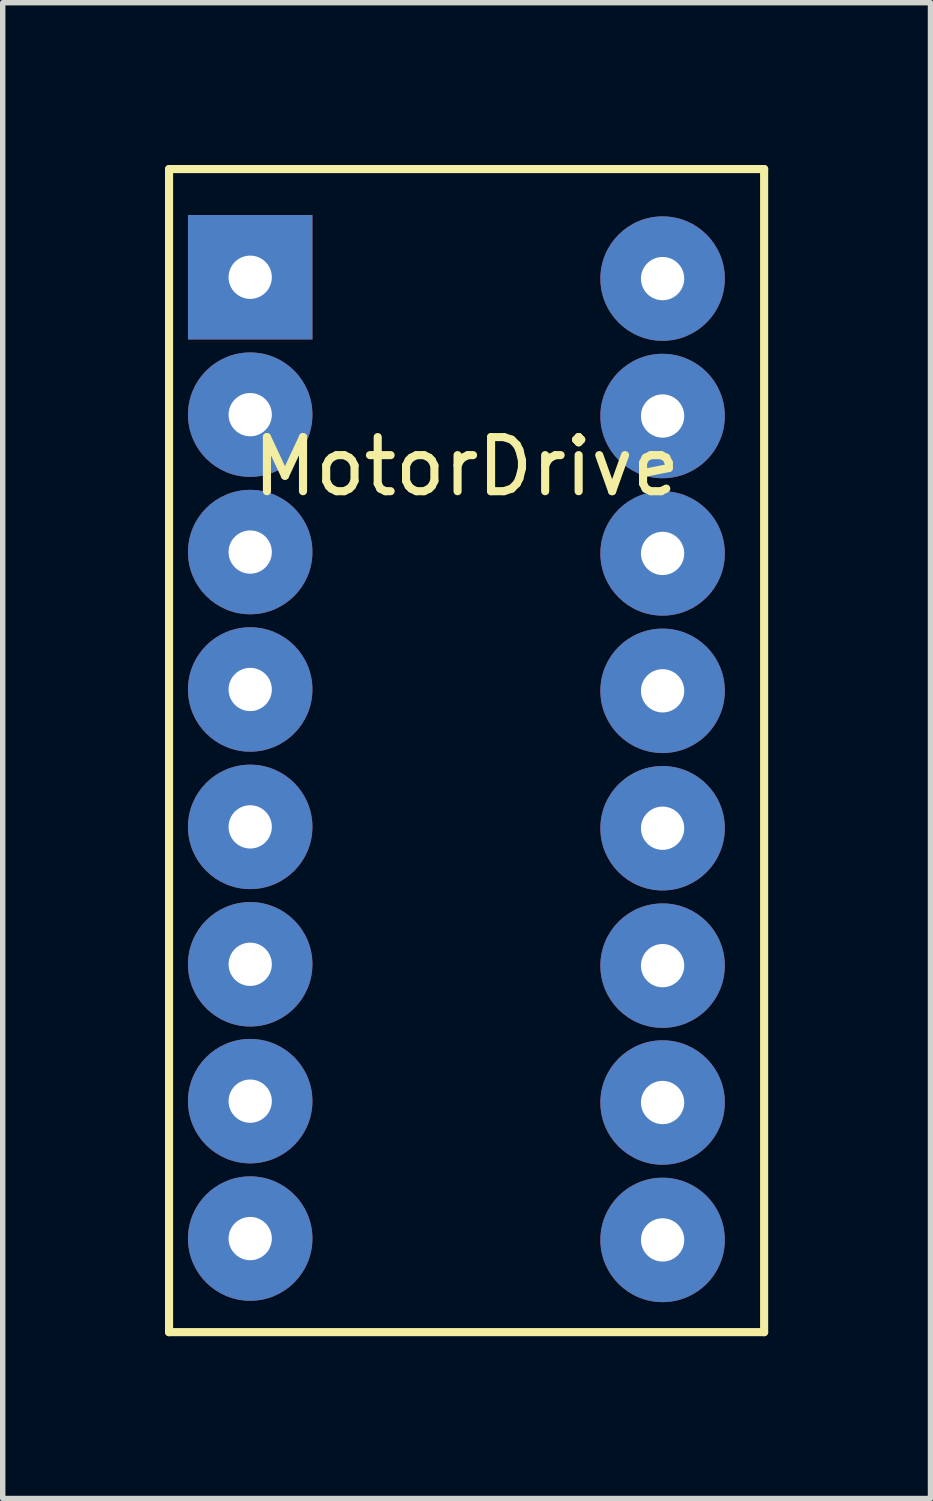
<source format=kicad_pcb>
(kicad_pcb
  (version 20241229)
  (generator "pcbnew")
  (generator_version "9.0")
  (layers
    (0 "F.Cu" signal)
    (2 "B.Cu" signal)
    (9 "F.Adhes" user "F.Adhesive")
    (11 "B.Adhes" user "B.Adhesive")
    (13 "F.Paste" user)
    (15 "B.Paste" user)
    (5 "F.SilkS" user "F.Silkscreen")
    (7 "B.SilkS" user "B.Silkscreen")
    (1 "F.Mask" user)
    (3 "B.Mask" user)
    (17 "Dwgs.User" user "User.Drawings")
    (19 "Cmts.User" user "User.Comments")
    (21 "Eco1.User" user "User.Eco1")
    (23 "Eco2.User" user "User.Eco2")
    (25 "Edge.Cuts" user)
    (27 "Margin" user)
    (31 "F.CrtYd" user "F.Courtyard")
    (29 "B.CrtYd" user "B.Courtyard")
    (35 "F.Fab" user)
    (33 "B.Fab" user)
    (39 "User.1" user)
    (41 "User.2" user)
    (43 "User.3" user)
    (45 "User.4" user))
  (footprint "MotorDrive"
    (layer "F.Cu")
    (at 6.075 6.075)
    (property "Reference" "MotorDrive" (at -0.5 -0.5 0) (layer "F.SilkS") (effects (font (size 1 1) (thickness 0.15))))
    (attr through_hole)
    (fp_line (start -6 -6) (end 5 -6) (stroke (width 0.15) (type solid)) (layer "F.SilkS"))
    (fp_line (start -6 15.5) (end -6 -6) (stroke (width 0.15) (type solid)) (layer "F.SilkS"))
    (fp_line (start 5 -6) (end 5 15.5) (stroke (width 0.15) (type solid)) (layer "F.SilkS"))
    (fp_line (start 5 15.5) (end -6 15.5) (stroke (width 0.15) (type solid)) (layer "F.SilkS"))
    (pad "1" thru_hole rect (at -4.5 -4) (size 2.3 2.3) (drill 0.8) (layers "*.Cu" "*.Mask"))
    (pad "2" thru_hole oval (at -4.5 -1.46) (size 2.3 2.3) (drill 0.8) (layers "*.Cu" "*.Mask"))
    (pad "3" thru_hole oval (at -4.5 1.08) (size 2.3 2.3) (drill 0.8) (layers "*.Cu" "*.Mask"))
    (pad "4" thru_hole oval (at -4.5 3.62) (size 2.3 2.3) (drill 0.8) (layers "*.Cu" "*.Mask"))
    (pad "5" thru_hole oval (at -4.5 6.16) (size 2.3 2.3) (drill 0.8) (layers "*.Cu" "*.Mask"))
    (pad "6" thru_hole oval (at -4.5 8.7) (size 2.3 2.3) (drill 0.8) (layers "*.Cu" "*.Mask"))
    (pad "7" thru_hole oval (at -4.5 11.23) (size 2.3 2.3) (drill 0.8) (layers "*.Cu" "*.Mask"))
    (pad "8" thru_hole oval (at -4.5 13.77) (size 2.3 2.3) (drill 0.8) (layers "*.Cu" "*.Mask"))
    (pad "9" thru_hole oval (at 3.123 -3.975) (size 2.3 2.3) (drill 0.8) (layers "*.Cu" "*.Mask"))
    (pad "10" thru_hole oval (at 3.123 -1.435) (size 2.3 2.3) (drill 0.8) (layers "*.Cu" "*.Mask"))
    (pad "11" thru_hole oval (at 3.123 1.105) (size 2.3 2.3) (drill 0.8) (layers "*.Cu" "*.Mask"))
    (pad "12" thru_hole oval (at 3.123 3.645) (size 2.3 2.3) (drill 0.8) (layers "*.Cu" "*.Mask"))
    (pad "13" thru_hole oval (at 3.123 6.185) (size 2.3 2.3) (drill 0.8) (layers "*.Cu" "*.Mask"))
    (pad "14" thru_hole oval (at 3.123 8.725) (size 2.3 2.3) (drill 0.8) (layers "*.Cu" "*.Mask"))
    (pad "15" thru_hole oval (at 3.123 11.255) (size 2.3 2.3) (drill 0.8) (layers "*.Cu" "*.Mask"))
    (pad "16" thru_hole oval (at 3.123 13.795) (size 2.3 2.3) (drill 0.8) (layers "*.Cu" "*.Mask")))
  (gr_rect
    (start -3 -3)
    (end 14.15 24.65)
    (stroke (width 0.1) (type default))
    (fill no)
    (layer "Edge.Cuts")))
</source>
